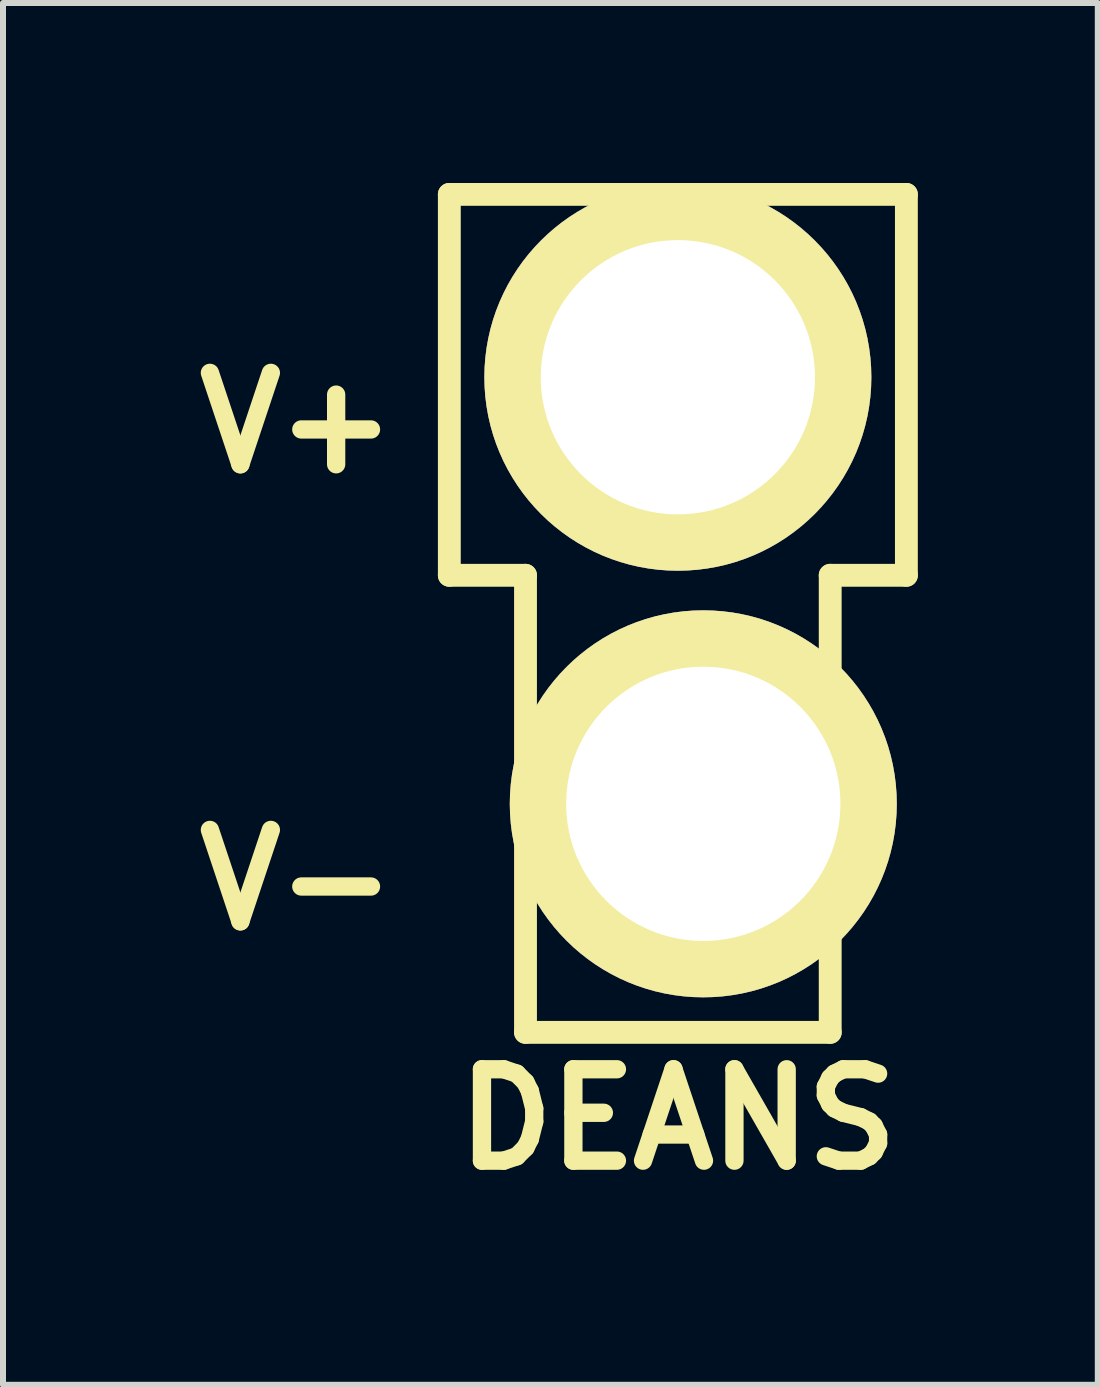
<source format=kicad_pcb>
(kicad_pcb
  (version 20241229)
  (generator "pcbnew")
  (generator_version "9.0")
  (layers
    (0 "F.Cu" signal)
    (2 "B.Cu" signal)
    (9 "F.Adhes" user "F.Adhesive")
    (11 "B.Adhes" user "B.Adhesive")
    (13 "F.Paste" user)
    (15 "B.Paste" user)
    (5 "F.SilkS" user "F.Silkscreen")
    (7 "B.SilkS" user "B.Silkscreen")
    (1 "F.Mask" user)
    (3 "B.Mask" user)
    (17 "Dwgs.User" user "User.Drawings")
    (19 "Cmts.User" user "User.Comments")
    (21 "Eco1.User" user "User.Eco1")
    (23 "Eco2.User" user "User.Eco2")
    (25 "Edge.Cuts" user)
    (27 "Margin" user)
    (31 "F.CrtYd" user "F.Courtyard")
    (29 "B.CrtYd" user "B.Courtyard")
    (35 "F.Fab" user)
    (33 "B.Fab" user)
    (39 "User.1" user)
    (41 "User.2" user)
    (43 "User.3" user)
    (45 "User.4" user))
  (footprint "DEANS"
    (layer "F.Cu")
    (at 8.251 7.811)
    (property "Reference" "DEANS" (at 0 7.8 0) (layer "F.SilkS") (effects (font (size 1.524 1.524) (thickness 0.305))))
    (attr through_hole)
    (fp_line (start -3.81 -7.62) (end 3.81 -7.62) (stroke (width 0.381) (type solid)) (layer "F.SilkS"))
    (fp_line (start -3.81 -1.27) (end -3.81 -7.62) (stroke (width 0.381) (type solid)) (layer "F.SilkS"))
    (fp_line (start -2.54 -1.27) (end -3.81 -1.27) (stroke (width 0.381) (type solid)) (layer "F.SilkS"))
    (fp_line (start -2.54 6.35) (end -2.54 -1.27) (stroke (width 0.381) (type solid)) (layer "F.SilkS"))
    (fp_line (start 2.54 -1.27) (end 2.54 6.35) (stroke (width 0.381) (type solid)) (layer "F.SilkS"))
    (fp_line (start 2.54 6.35) (end -2.54 6.35) (stroke (width 0.381) (type solid)) (layer "F.SilkS"))
    (fp_line (start 3.81 -7.62) (end 3.81 -1.27) (stroke (width 0.381) (type solid)) (layer "F.SilkS"))
    (fp_line (start 3.81 -1.27) (end 2.54 -1.27) (stroke (width 0.381) (type solid)) (layer "F.SilkS"))
    (fp_text user "V-" (at -6.35 3.81 0) (layer "F.SilkS") (effects (font (size 1.524 1.524) (thickness 0.305))))
    (fp_text user "V+" (at -6.35 -3.81 0) (layer "F.SilkS") (effects (font (size 1.524 1.524) (thickness 0.305))))
    (pad "1" thru_hole circle (at 0 -4.572) (size 6.452 6.452) (drill 4.572) (layers "*.Cu" "*.Mask" "F.SilkS"))
    (pad "2" thru_hole circle (at 0.424 2.54) (size 6.452 6.452) (drill 4.572) (layers "*.Cu" "*.Mask" "F.SilkS")))
  (gr_rect
    (start -3 -3)
    (end 15.252 20.037)
    (stroke (width 0.1) (type default))
    (fill no)
    (layer "Edge.Cuts")))
</source>
